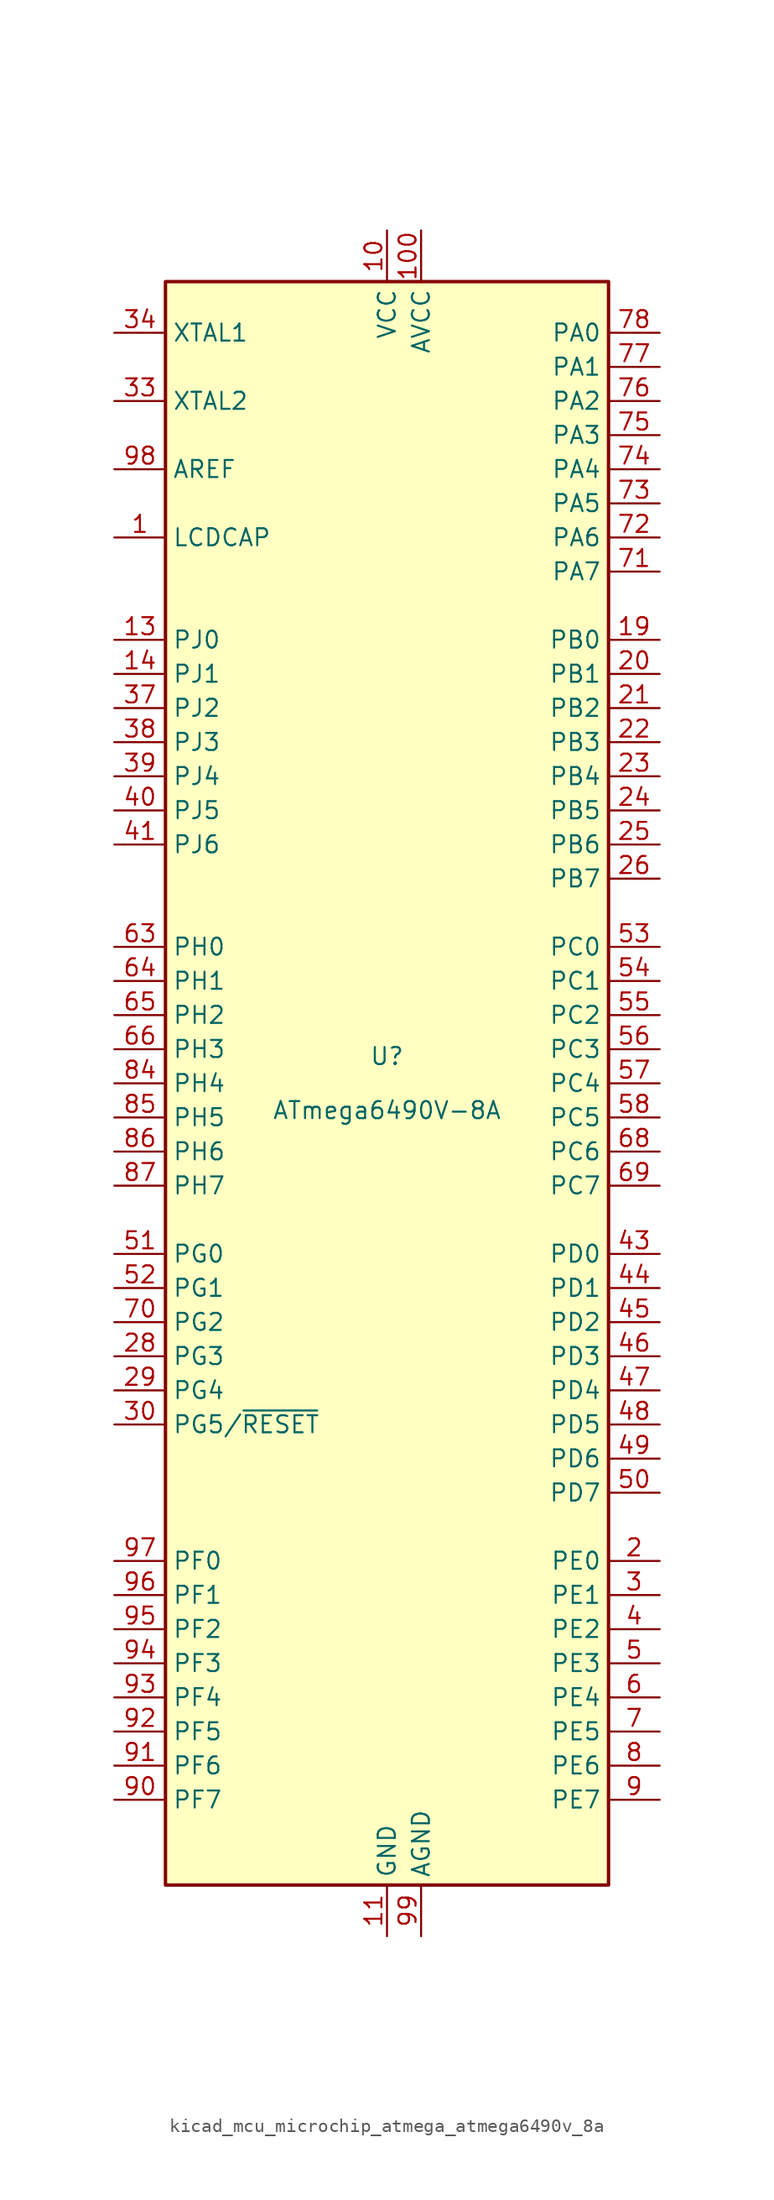
<source format=kicad_sym>
(kicad_symbol_lib
  (version 20220914)
  (generator kicad_symbol_editor)
  (symbol "kicad_mcu_microchip_atmega_atmega6490v_8a"
    (property "Reference" "U"
      (at 0 1.27 0)
      (effects (font (size 1.27 1.27)) (justify bottom)))
    (property "Value" "ATmega6490V-8A"
      (at 0 -1.27 0)
      (effects (font (size 1.27 1.27)) (justify top)))
    (symbol "kicad_mcu_microchip_atmega_atmega6490v_8a_0_1"
      (rectangle (start -16.51 -59.69) (end 16.51 59.69) (stroke (width 0.254) (type default)) (fill (type background))))
    (symbol "kicad_mcu_microchip_atmega_atmega6490v_8a_1_1"
      (pin passive line (at -20.32 40.64 0) (length 3.81) (name "LCDCAP" (effects (font (size 1.27 1.27)))) (number "1" (effects (font (size 1.27 1.27)))))
      (pin power_in line (at 0 63.5 270) (length 3.81) (name "VCC" (effects (font (size 1.27 1.27)))) (number "10" (effects (font (size 1.27 1.27)))))
      (pin power_in line (at 2.54 63.5 270) (length 3.81) (name "AVCC" (effects (font (size 1.27 1.27)))) (number "100" (effects (font (size 1.27 1.27)))))
      (pin power_in line (at 0 -63.5 90) (length 3.81) (name "GND" (effects (font (size 1.27 1.27)))) (number "11" (effects (font (size 1.27 1.27)))))
      (pin no_connect line (at -15.24 38.1 0) (length 2.54) hide (name "NC" (effects (font (size 1.27 1.27)))) (number "12" (effects (font (size 1.27 1.27)))))
      (pin bidirectional line (at -20.32 33.02 0) (length 3.81) (name "PJ0" (effects (font (size 1.27 1.27)))) (number "13" (effects (font (size 1.27 1.27)))))
      (pin bidirectional line (at -20.32 30.48 0) (length 3.81) (name "PJ1" (effects (font (size 1.27 1.27)))) (number "14" (effects (font (size 1.27 1.27)))))
      (pin no_connect line (at -15.24 35.56 0) (length 2.54) hide (name "NC" (effects (font (size 1.27 1.27)))) (number "15" (effects (font (size 1.27 1.27)))))
      (pin no_connect line (at -15.24 15.24 0) (length 2.54) hide (name "NC" (effects (font (size 1.27 1.27)))) (number "16" (effects (font (size 1.27 1.27)))))
      (pin no_connect line (at -15.24 12.7 0) (length 2.54) hide (name "NC" (effects (font (size 1.27 1.27)))) (number "17" (effects (font (size 1.27 1.27)))))
      (pin no_connect line (at -15.24 -10.16 0) (length 2.54) hide (name "NC" (effects (font (size 1.27 1.27)))) (number "18" (effects (font (size 1.27 1.27)))))
      (pin bidirectional line (at 20.32 33.02 180) (length 3.81) (name "PB0" (effects (font (size 1.27 1.27)))) (number "19" (effects (font (size 1.27 1.27)))))
      (pin bidirectional line (at 20.32 -35.56 180) (length 3.81) (name "PE0" (effects (font (size 1.27 1.27)))) (number "2" (effects (font (size 1.27 1.27)))))
      (pin bidirectional line (at 20.32 30.48 180) (length 3.81) (name "PB1" (effects (font (size 1.27 1.27)))) (number "20" (effects (font (size 1.27 1.27)))))
      (pin bidirectional line (at 20.32 27.94 180) (length 3.81) (name "PB2" (effects (font (size 1.27 1.27)))) (number "21" (effects (font (size 1.27 1.27)))))
      (pin bidirectional line (at 20.32 25.4 180) (length 3.81) (name "PB3" (effects (font (size 1.27 1.27)))) (number "22" (effects (font (size 1.27 1.27)))))
      (pin bidirectional line (at 20.32 22.86 180) (length 3.81) (name "PB4" (effects (font (size 1.27 1.27)))) (number "23" (effects (font (size 1.27 1.27)))))
      (pin bidirectional line (at 20.32 20.32 180) (length 3.81) (name "PB5" (effects (font (size 1.27 1.27)))) (number "24" (effects (font (size 1.27 1.27)))))
      (pin bidirectional line (at 20.32 17.78 180) (length 3.81) (name "PB6" (effects (font (size 1.27 1.27)))) (number "25" (effects (font (size 1.27 1.27)))))
      (pin bidirectional line (at 20.32 15.24 180) (length 3.81) (name "PB7" (effects (font (size 1.27 1.27)))) (number "26" (effects (font (size 1.27 1.27)))))
      (pin no_connect line (at -15.24 -27.94 0) (length 2.54) hide (name "NC" (effects (font (size 1.27 1.27)))) (number "27" (effects (font (size 1.27 1.27)))))
      (pin bidirectional line (at -20.32 -20.32 0) (length 3.81) (name "PG3" (effects (font (size 1.27 1.27)))) (number "28" (effects (font (size 1.27 1.27)))))
      (pin bidirectional line (at -20.32 -22.86 0) (length 3.81) (name "PG4" (effects (font (size 1.27 1.27)))) (number "29" (effects (font (size 1.27 1.27)))))
      (pin bidirectional line (at 20.32 -38.1 180) (length 3.81) (name "PE1" (effects (font (size 1.27 1.27)))) (number "3" (effects (font (size 1.27 1.27)))))
      (pin bidirectional line (at -20.32 -25.4 0) (length 3.81) (name "PG5/~{RESET}" (effects (font (size 1.27 1.27)))) (number "30" (effects (font (size 1.27 1.27)))))
      (pin passive line (at 0 63.5 270) (length 3.81) hide (name "VCC" (effects (font (size 1.27 1.27)))) (number "31" (effects (font (size 1.27 1.27)))))
      (pin passive line (at 0 -63.5 90) (length 3.81) hide (name "GND" (effects (font (size 1.27 1.27)))) (number "32" (effects (font (size 1.27 1.27)))))
      (pin output line (at -20.32 50.8 0) (length 3.81) (name "XTAL2" (effects (font (size 1.27 1.27)))) (number "33" (effects (font (size 1.27 1.27)))))
      (pin input line (at -20.32 55.88 0) (length 3.81) (name "XTAL1" (effects (font (size 1.27 1.27)))) (number "34" (effects (font (size 1.27 1.27)))))
      (pin no_connect line (at -15.24 -30.48 0) (length 2.54) hide (name "NC" (effects (font (size 1.27 1.27)))) (number "35" (effects (font (size 1.27 1.27)))))
      (pin no_connect line (at -15.24 -33.02 0) (length 2.54) hide (name "NC" (effects (font (size 1.27 1.27)))) (number "36" (effects (font (size 1.27 1.27)))))
      (pin bidirectional line (at -20.32 27.94 0) (length 3.81) (name "PJ2" (effects (font (size 1.27 1.27)))) (number "37" (effects (font (size 1.27 1.27)))))
      (pin bidirectional line (at -20.32 25.4 0) (length 3.81) (name "PJ3" (effects (font (size 1.27 1.27)))) (number "38" (effects (font (size 1.27 1.27)))))
      (pin bidirectional line (at -20.32 22.86 0) (length 3.81) (name "PJ4" (effects (font (size 1.27 1.27)))) (number "39" (effects (font (size 1.27 1.27)))))
      (pin bidirectional line (at 20.32 -40.64 180) (length 3.81) (name "PE2" (effects (font (size 1.27 1.27)))) (number "4" (effects (font (size 1.27 1.27)))))
      (pin bidirectional line (at -20.32 20.32 0) (length 3.81) (name "PJ5" (effects (font (size 1.27 1.27)))) (number "40" (effects (font (size 1.27 1.27)))))
      (pin bidirectional line (at -20.32 17.78 0) (length 3.81) (name "PJ6" (effects (font (size 1.27 1.27)))) (number "41" (effects (font (size 1.27 1.27)))))
      (pin no_connect line (at -15.24 -58.42 90) (length 2.54) hide (name "NC" (effects (font (size 1.27 1.27)))) (number "42" (effects (font (size 1.27 1.27)))))
      (pin bidirectional line (at 20.32 -12.7 180) (length 3.81) (name "PD0" (effects (font (size 1.27 1.27)))) (number "43" (effects (font (size 1.27 1.27)))))
      (pin bidirectional line (at 20.32 -15.24 180) (length 3.81) (name "PD1" (effects (font (size 1.27 1.27)))) (number "44" (effects (font (size 1.27 1.27)))))
      (pin bidirectional line (at 20.32 -17.78 180) (length 3.81) (name "PD2" (effects (font (size 1.27 1.27)))) (number "45" (effects (font (size 1.27 1.27)))))
      (pin bidirectional line (at 20.32 -20.32 180) (length 3.81) (name "PD3" (effects (font (size 1.27 1.27)))) (number "46" (effects (font (size 1.27 1.27)))))
      (pin bidirectional line (at 20.32 -22.86 180) (length 3.81) (name "PD4" (effects (font (size 1.27 1.27)))) (number "47" (effects (font (size 1.27 1.27)))))
      (pin bidirectional line (at 20.32 -25.4 180) (length 3.81) (name "PD5" (effects (font (size 1.27 1.27)))) (number "48" (effects (font (size 1.27 1.27)))))
      (pin bidirectional line (at 20.32 -27.94 180) (length 3.81) (name "PD6" (effects (font (size 1.27 1.27)))) (number "49" (effects (font (size 1.27 1.27)))))
      (pin bidirectional line (at 20.32 -43.18 180) (length 3.81) (name "PE3" (effects (font (size 1.27 1.27)))) (number "5" (effects (font (size 1.27 1.27)))))
      (pin bidirectional line (at 20.32 -30.48 180) (length 3.81) (name "PD7" (effects (font (size 1.27 1.27)))) (number "50" (effects (font (size 1.27 1.27)))))
      (pin bidirectional line (at -20.32 -12.7 0) (length 3.81) (name "PG0" (effects (font (size 1.27 1.27)))) (number "51" (effects (font (size 1.27 1.27)))))
      (pin bidirectional line (at -20.32 -15.24 0) (length 3.81) (name "PG1" (effects (font (size 1.27 1.27)))) (number "52" (effects (font (size 1.27 1.27)))))
      (pin bidirectional line (at 20.32 10.16 180) (length 3.81) (name "PC0" (effects (font (size 1.27 1.27)))) (number "53" (effects (font (size 1.27 1.27)))))
      (pin bidirectional line (at 20.32 7.62 180) (length 3.81) (name "PC1" (effects (font (size 1.27 1.27)))) (number "54" (effects (font (size 1.27 1.27)))))
      (pin bidirectional line (at 20.32 5.08 180) (length 3.81) (name "PC2" (effects (font (size 1.27 1.27)))) (number "55" (effects (font (size 1.27 1.27)))))
      (pin bidirectional line (at 20.32 2.54 180) (length 3.81) (name "PC3" (effects (font (size 1.27 1.27)))) (number "56" (effects (font (size 1.27 1.27)))))
      (pin bidirectional line (at 20.32 0 180) (length 3.81) (name "PC4" (effects (font (size 1.27 1.27)))) (number "57" (effects (font (size 1.27 1.27)))))
      (pin bidirectional line (at 20.32 -2.54 180) (length 3.81) (name "PC5" (effects (font (size 1.27 1.27)))) (number "58" (effects (font (size 1.27 1.27)))))
      (pin no_connect line (at -12.7 -58.42 90) (length 2.54) hide (name "NC" (effects (font (size 1.27 1.27)))) (number "59" (effects (font (size 1.27 1.27)))))
      (pin bidirectional line (at 20.32 -45.72 180) (length 3.81) (name "PE4" (effects (font (size 1.27 1.27)))) (number "6" (effects (font (size 1.27 1.27)))))
      (pin no_connect line (at -10.16 -58.42 90) (length 2.54) hide (name "NC" (effects (font (size 1.27 1.27)))) (number "60" (effects (font (size 1.27 1.27)))))
      (pin no_connect line (at -7.62 -58.42 90) (length 2.54) hide (name "NC" (effects (font (size 1.27 1.27)))) (number "61" (effects (font (size 1.27 1.27)))))
      (pin no_connect line (at -5.08 -58.42 90) (length 2.54) hide (name "NC" (effects (font (size 1.27 1.27)))) (number "62" (effects (font (size 1.27 1.27)))))
      (pin bidirectional line (at -20.32 10.16 0) (length 3.81) (name "PH0" (effects (font (size 1.27 1.27)))) (number "63" (effects (font (size 1.27 1.27)))))
      (pin bidirectional line (at -20.32 7.62 0) (length 3.81) (name "PH1" (effects (font (size 1.27 1.27)))) (number "64" (effects (font (size 1.27 1.27)))))
      (pin bidirectional line (at -20.32 5.08 0) (length 3.81) (name "PH2" (effects (font (size 1.27 1.27)))) (number "65" (effects (font (size 1.27 1.27)))))
      (pin bidirectional line (at -20.32 2.54 0) (length 3.81) (name "PH3" (effects (font (size 1.27 1.27)))) (number "66" (effects (font (size 1.27 1.27)))))
      (pin no_connect line (at -2.54 -58.42 90) (length 2.54) hide (name "NC" (effects (font (size 1.27 1.27)))) (number "67" (effects (font (size 1.27 1.27)))))
      (pin bidirectional line (at 20.32 -5.08 180) (length 3.81) (name "PC6" (effects (font (size 1.27 1.27)))) (number "68" (effects (font (size 1.27 1.27)))))
      (pin bidirectional line (at 20.32 -7.62 180) (length 3.81) (name "PC7" (effects (font (size 1.27 1.27)))) (number "69" (effects (font (size 1.27 1.27)))))
      (pin bidirectional line (at 20.32 -48.26 180) (length 3.81) (name "PE5" (effects (font (size 1.27 1.27)))) (number "7" (effects (font (size 1.27 1.27)))))
      (pin bidirectional line (at -20.32 -17.78 0) (length 3.81) (name "PG2" (effects (font (size 1.27 1.27)))) (number "70" (effects (font (size 1.27 1.27)))))
      (pin bidirectional line (at 20.32 38.1 180) (length 3.81) (name "PA7" (effects (font (size 1.27 1.27)))) (number "71" (effects (font (size 1.27 1.27)))))
      (pin bidirectional line (at 20.32 40.64 180) (length 3.81) (name "PA6" (effects (font (size 1.27 1.27)))) (number "72" (effects (font (size 1.27 1.27)))))
      (pin bidirectional line (at 20.32 43.18 180) (length 3.81) (name "PA5" (effects (font (size 1.27 1.27)))) (number "73" (effects (font (size 1.27 1.27)))))
      (pin bidirectional line (at 20.32 45.72 180) (length 3.81) (name "PA4" (effects (font (size 1.27 1.27)))) (number "74" (effects (font (size 1.27 1.27)))))
      (pin bidirectional line (at 20.32 48.26 180) (length 3.81) (name "PA3" (effects (font (size 1.27 1.27)))) (number "75" (effects (font (size 1.27 1.27)))))
      (pin bidirectional line (at 20.32 50.8 180) (length 3.81) (name "PA2" (effects (font (size 1.27 1.27)))) (number "76" (effects (font (size 1.27 1.27)))))
      (pin bidirectional line (at 20.32 53.34 180) (length 3.81) (name "PA1" (effects (font (size 1.27 1.27)))) (number "77" (effects (font (size 1.27 1.27)))))
      (pin bidirectional line (at 20.32 55.88 180) (length 3.81) (name "PA0" (effects (font (size 1.27 1.27)))) (number "78" (effects (font (size 1.27 1.27)))))
      (pin no_connect line (at 5.08 -58.42 90) (length 2.54) hide (name "NC" (effects (font (size 1.27 1.27)))) (number "79" (effects (font (size 1.27 1.27)))))
      (pin bidirectional line (at 20.32 -50.8 180) (length 3.81) (name "PE6" (effects (font (size 1.27 1.27)))) (number "8" (effects (font (size 1.27 1.27)))))
      (pin passive line (at 0 63.5 270) (length 3.81) hide (name "VCC" (effects (font (size 1.27 1.27)))) (number "80" (effects (font (size 1.27 1.27)))))
      (pin passive line (at 0 -63.5 90) (length 3.81) hide (name "GND" (effects (font (size 1.27 1.27)))) (number "81" (effects (font (size 1.27 1.27)))))
      (pin no_connect line (at 7.62 -58.42 90) (length 2.54) hide (name "NC" (effects (font (size 1.27 1.27)))) (number "82" (effects (font (size 1.27 1.27)))))
      (pin no_connect line (at 10.16 -58.42 90) (length 2.54) hide (name "NC" (effects (font (size 1.27 1.27)))) (number "83" (effects (font (size 1.27 1.27)))))
      (pin bidirectional line (at -20.32 0 0) (length 3.81) (name "PH4" (effects (font (size 1.27 1.27)))) (number "84" (effects (font (size 1.27 1.27)))))
      (pin bidirectional line (at -20.32 -2.54 0) (length 3.81) (name "PH5" (effects (font (size 1.27 1.27)))) (number "85" (effects (font (size 1.27 1.27)))))
      (pin bidirectional line (at -20.32 -5.08 0) (length 3.81) (name "PH6" (effects (font (size 1.27 1.27)))) (number "86" (effects (font (size 1.27 1.27)))))
      (pin bidirectional line (at -20.32 -7.62 0) (length 3.81) (name "PH7" (effects (font (size 1.27 1.27)))) (number "87" (effects (font (size 1.27 1.27)))))
      (pin no_connect line (at 12.7 -58.42 90) (length 2.54) hide (name "NC" (effects (font (size 1.27 1.27)))) (number "88" (effects (font (size 1.27 1.27)))))
      (pin no_connect line (at 15.24 -58.42 90) (length 2.54) hide (name "NC" (effects (font (size 1.27 1.27)))) (number "89" (effects (font (size 1.27 1.27)))))
      (pin bidirectional line (at 20.32 -53.34 180) (length 3.81) (name "PE7" (effects (font (size 1.27 1.27)))) (number "9" (effects (font (size 1.27 1.27)))))
      (pin bidirectional line (at -20.32 -53.34 0) (length 3.81) (name "PF7" (effects (font (size 1.27 1.27)))) (number "90" (effects (font (size 1.27 1.27)))))
      (pin bidirectional line (at -20.32 -50.8 0) (length 3.81) (name "PF6" (effects (font (size 1.27 1.27)))) (number "91" (effects (font (size 1.27 1.27)))))
      (pin bidirectional line (at -20.32 -48.26 0) (length 3.81) (name "PF5" (effects (font (size 1.27 1.27)))) (number "92" (effects (font (size 1.27 1.27)))))
      (pin bidirectional line (at -20.32 -45.72 0) (length 3.81) (name "PF4" (effects (font (size 1.27 1.27)))) (number "93" (effects (font (size 1.27 1.27)))))
      (pin bidirectional line (at -20.32 -43.18 0) (length 3.81) (name "PF3" (effects (font (size 1.27 1.27)))) (number "94" (effects (font (size 1.27 1.27)))))
      (pin bidirectional line (at -20.32 -40.64 0) (length 3.81) (name "PF2" (effects (font (size 1.27 1.27)))) (number "95" (effects (font (size 1.27 1.27)))))
      (pin bidirectional line (at -20.32 -38.1 0) (length 3.81) (name "PF1" (effects (font (size 1.27 1.27)))) (number "96" (effects (font (size 1.27 1.27)))))
      (pin bidirectional line (at -20.32 -35.56 0) (length 3.81) (name "PF0" (effects (font (size 1.27 1.27)))) (number "97" (effects (font (size 1.27 1.27)))))
      (pin passive line (at -20.32 45.72 0) (length 3.81) (name "AREF" (effects (font (size 1.27 1.27)))) (number "98" (effects (font (size 1.27 1.27)))))
      (pin power_in line (at 2.54 -63.5 90) (length 3.81) (name "AGND" (effects (font (size 1.27 1.27)))) (number "99" (effects (font (size 1.27 1.27))))))))
</source>
